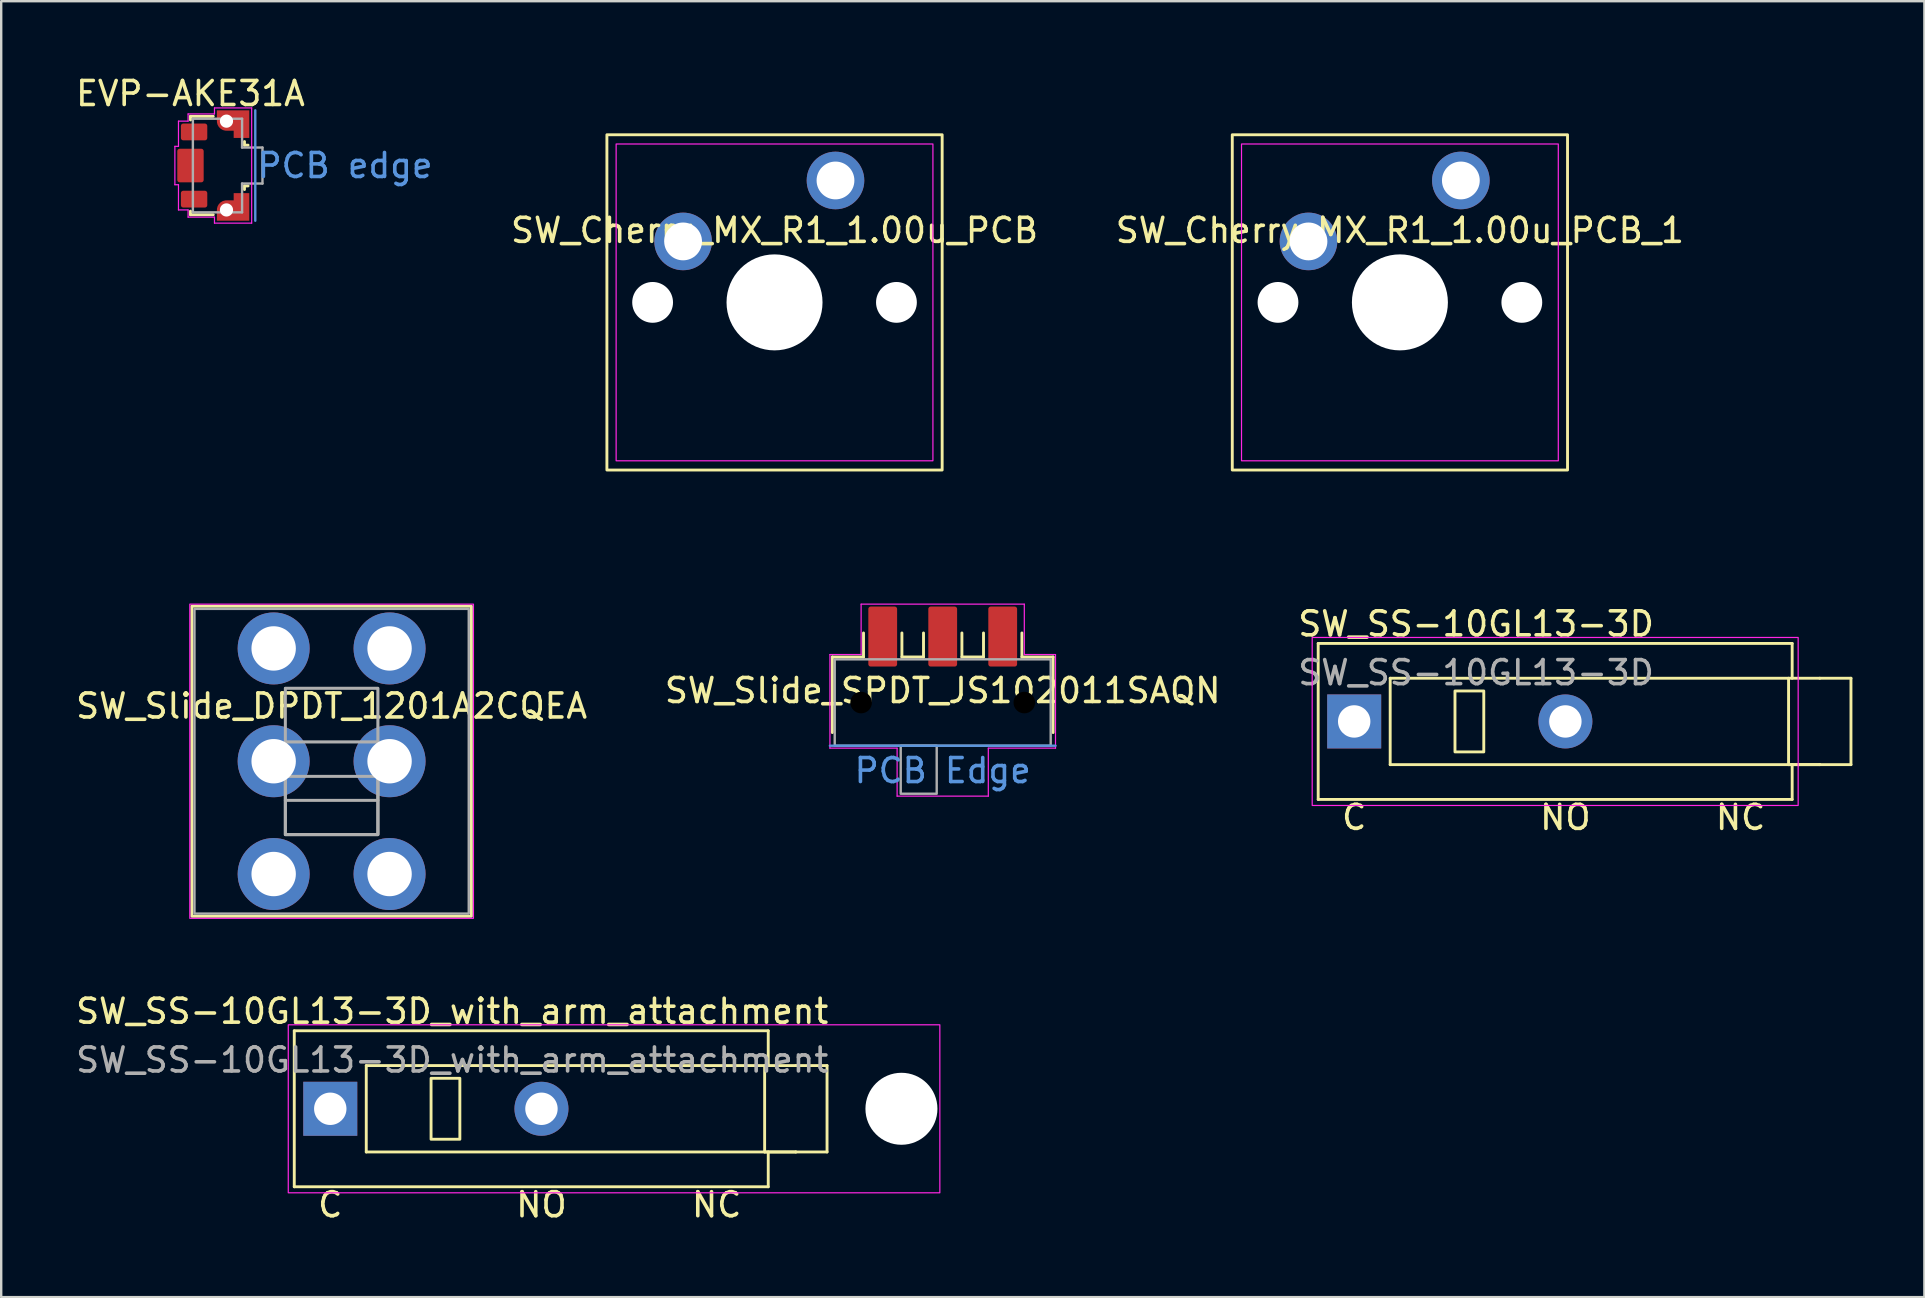
<source format=kicad_pcb>
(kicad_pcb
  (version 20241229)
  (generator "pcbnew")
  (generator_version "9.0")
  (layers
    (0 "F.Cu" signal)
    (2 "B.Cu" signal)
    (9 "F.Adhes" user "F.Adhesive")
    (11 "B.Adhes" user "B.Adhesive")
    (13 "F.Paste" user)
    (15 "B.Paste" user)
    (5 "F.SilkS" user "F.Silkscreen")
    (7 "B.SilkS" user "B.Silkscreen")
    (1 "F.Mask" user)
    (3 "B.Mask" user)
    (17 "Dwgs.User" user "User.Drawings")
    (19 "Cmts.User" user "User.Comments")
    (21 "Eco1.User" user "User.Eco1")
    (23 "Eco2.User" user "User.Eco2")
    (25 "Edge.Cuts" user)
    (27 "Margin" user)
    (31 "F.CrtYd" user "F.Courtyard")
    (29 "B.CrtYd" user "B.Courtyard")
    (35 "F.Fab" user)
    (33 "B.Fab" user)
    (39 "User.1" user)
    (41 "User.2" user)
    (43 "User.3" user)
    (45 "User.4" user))
  (footprint "SW_Cherry_MX_R1_1.00u_PCB"
    (layer "F.Cu")
    (at 29.224 9.55)
    (property "Reference" "SW_Cherry_MX_R1_1.00u_PCB" (at 0 -3 0) (layer "F.SilkS") (effects (font (size 1 1) (thickness 0.15))))
    (attr through_hole)
    (fp_rect (start -6.985 -6.985) (end 6.985 6.985) (stroke (width 0.12) (type default)) (fill no) (layer "F.SilkS"))
    (fp_rect (start -6.6 -6.6) (end 6.6 6.6) (stroke (width 0.05) (type default)) (fill no) (layer "F.CrtYd"))
    (fp_rect (start -9.5 -9.5) (end 9.5 9.5) (stroke (width 0.1) (type default)) (fill no) (layer "User.1"))
    (pad "" np_thru_hole circle (at -5.08 0) (size 1.7 1.7) (drill 1.7) (layers "*.Cu" "*.Mask"))
    (pad "" np_thru_hole circle (at 0 0) (size 4 4) (drill 4) (layers "*.Cu" "*.Mask"))
    (pad "" np_thru_hole circle (at 5.08 0) (size 1.7 1.7) (drill 1.7) (layers "*.Cu" "*.Mask"))
    (pad "1" thru_hole circle (at 2.54 -5.08) (size 2.4 2.4) (drill 1.575) (layers "*.Cu" "*.Mask"))
    (pad "2" thru_hole circle (at -3.81 -2.54) (size 2.4 2.4) (drill 1.575) (layers "*.Cu" "*.Mask")))
  (footprint "SW_SS-10GL13-3D"
    (layer "F.Cu")
    (at 53.378 27.012)
    (property "Reference" "SW_SS-10GL13-3D" (at 5.08 -4.064 0) (unlocked yes) (layer "F.SilkS") (effects (font (size 1 1) (thickness 0.15))))
    (attr through_hole)
    (fp_line (start -1.5 3.25) (end -1.5 -3.25) (stroke (width 0.12) (type default)) (layer "F.SilkS"))
    (fp_line (start 1.5 1.8) (end 1.5 -1.8) (stroke (width 0.12) (type default)) (layer "F.SilkS"))
    (fp_line (start 18.1 1.8) (end 18.1 -1.8) (stroke (width 0.12) (type default)) (layer "F.SilkS"))
    (fp_line (start 18.25 -3.25) (end -1.5 -3.25) (stroke (width 0.12) (type default)) (layer "F.SilkS"))
    (fp_line (start 18.25 -1.8) (end 18.25 -3.25) (stroke (width 0.12) (type default)) (layer "F.SilkS"))
    (fp_line (start 18.25 3.25) (end -1.5 3.25) (stroke (width 0.12) (type default)) (layer "F.SilkS"))
    (fp_line (start 18.25 3.25) (end 18.25 1.8) (stroke (width 0.12) (type default)) (layer "F.SilkS"))
    (fp_line (start 19.4 -1.8) (end 1.5 -1.8) (stroke (width 0.12) (type default)) (layer "F.SilkS"))
    (fp_line (start 19.4 -1.8) (end 20.7 -1.8) (stroke (width 0.12) (type default)) (layer "F.SilkS"))
    (fp_line (start 19.4 1.8) (end 1.5 1.8) (stroke (width 0.12) (type default)) (layer "F.SilkS"))
    (fp_line (start 19.4 1.8) (end 18.1 1.8) (stroke (width 0.12) (type default)) (layer "F.SilkS"))
    (fp_line (start 20.7 -1.8) (end 20.7 1.8) (stroke (width 0.12) (type default)) (layer "F.SilkS"))
    (fp_line (start 20.7 1.8) (end 19.4 1.8) (stroke (width 0.12) (type default)) (layer "F.SilkS"))
    (fp_rect (start 4.2 -1.27) (end 5.4 1.27) (stroke (width 0.12) (type solid)) (fill no) (layer "F.SilkS"))
    (fp_rect (start -1.75 -3.5) (end 18.5 3.5) (stroke (width 0.05) (type solid)) (fill no) (layer "F.CrtYd"))
    (fp_text user "NO" (at 8.8 4 0) (unlocked yes) (layer "F.SilkS") (effects (font (size 1 1) (thickness 0.15))))
    (fp_text user "NC" (at 16.1 4 0) (unlocked yes) (layer "F.SilkS") (effects (font (size 1 1) (thickness 0.15))))
    (fp_text user "C" (at 0 4 0) (unlocked yes) (layer "F.SilkS") (effects (font (size 1 1) (thickness 0.15))))
    (fp_text user "${REFERENCE}" (at 5.08 -2.032 0) (unlocked yes) (layer "F.Fab") (effects (font (size 1 1) (thickness 0.15))))
    (pad "1" thru_hole rect (at 0 0) (size 2.25 2.25) (drill 1.35) (layers "*.Cu" "*.Mask"))
    (pad "2" thru_hole circle (at 8.8 0) (size 2.25 2.25) (drill 1.35) (layers "*.Cu" "*.Mask")))
  (footprint "SW_Slide_SPDT_JS102011SAQN"
    (layer "F.Cu")
    (at 36.232 26.225)
    (property "Reference" "SW_Slide_SPDT_JS102011SAQN" (at 0 -0.5 0) (unlocked yes) (layer "F.SilkS") (effects (font (size 1 1) (thickness 0.15))))
    (attr smd)
    (fp_line (start -4.6 -1.9) (end -3.3 -1.9) (stroke (width 0.12) (type default)) (layer "F.SilkS"))
    (fp_line (start -4.6 1.25) (end -4.6 -1.9) (stroke (width 0.12) (type default)) (layer "F.SilkS"))
    (fp_line (start -3.3 -1.9) (end -3.3 -2.9) (stroke (width 0.12) (type default)) (layer "F.SilkS"))
    (fp_line (start -1.7 -1.9) (end -1.7 -2.9) (stroke (width 0.12) (type default)) (layer "F.SilkS"))
    (fp_line (start -0.8 -1.9) (end -1.7 -1.9) (stroke (width 0.12) (type default)) (layer "F.SilkS"))
    (fp_line (start -0.8 -1.9) (end -0.8 -2.9) (stroke (width 0.12) (type default)) (layer "F.SilkS"))
    (fp_line (start 0.8 -1.9) (end 0.8 -2.9) (stroke (width 0.12) (type default)) (layer "F.SilkS"))
    (fp_line (start 1.7 -1.9) (end 0.8 -1.9) (stroke (width 0.12) (type default)) (layer "F.SilkS"))
    (fp_line (start 1.7 -1.9) (end 1.7 -2.9) (stroke (width 0.12) (type default)) (layer "F.SilkS"))
    (fp_line (start 3.3 -1.9) (end 3.3 -2.9) (stroke (width 0.12) (type default)) (layer "F.SilkS"))
    (fp_line (start 4.6 -1.9) (end 3.3 -1.9) (stroke (width 0.12) (type default)) (layer "F.SilkS"))
    (fp_line (start 4.6 1.25) (end 4.6 -1.9) (stroke (width 0.12) (type default)) (layer "F.SilkS"))
    (fp_line (start -4.7 1.8) (end 4.7 1.8) (stroke (width 0.1) (type default)) (layer "Cmts.User"))
    (fp_line (start -4.7 -2) (end -3.4 -2) (stroke (width 0.05) (type default)) (layer "F.CrtYd"))
    (fp_line (start -4.7 1.9) (end -4.7 -2) (stroke (width 0.05) (type default)) (layer "F.CrtYd"))
    (fp_line (start -4.7 1.9) (end -1.9 1.9) (stroke (width 0.05) (type default)) (layer "F.CrtYd"))
    (fp_line (start -3.4 -4.1) (end 3.4 -4.1) (stroke (width 0.05) (type default)) (layer "F.CrtYd"))
    (fp_line (start -3.4 -2) (end -3.4 -4.1) (stroke (width 0.05) (type default)) (layer "F.CrtYd"))
    (fp_line (start -1.9 1.9) (end -1.9 3.9) (stroke (width 0.05) (type default)) (layer "F.CrtYd"))
    (fp_line (start -1.9 3.9) (end 1.9 3.9) (stroke (width 0.05) (type default)) (layer "F.CrtYd"))
    (fp_line (start 1.9 1.9) (end 4.7 1.9) (stroke (width 0.05) (type default)) (layer "F.CrtYd"))
    (fp_line (start 1.9 3.9) (end 1.9 1.9) (stroke (width 0.05) (type default)) (layer "F.CrtYd"))
    (fp_line (start 3.4 -4.1) (end 3.4 -2) (stroke (width 0.05) (type default)) (layer "F.CrtYd"))
    (fp_line (start 3.4 -2) (end 4.7 -2) (stroke (width 0.05) (type default)) (layer "F.CrtYd"))
    (fp_line (start 4.7 -2) (end 4.7 1.9) (stroke (width 0.05) (type default)) (layer "F.CrtYd"))
    (fp_rect (start -4.5 -1.8) (end 4.5 1.8) (stroke (width 0.1) (type solid)) (fill no) (layer "F.Fab"))
    (fp_rect (start -1.75 1.8) (end -0.25 3.8) (stroke (width 0.1) (type default)) (fill no) (layer "F.Fab"))
    (fp_text user "PCB Edge" (at 0 2.25 0) (unlocked yes) (layer "Cmts.User") (effects (font (size 1 1) (thickness 0.15)) (justify top)))
    (pad "" np_thru_hole circle (at -3.4 0 90) (size 0.9 0.9) (drill 0.9) (layers "*.Mask"))
    (pad "" np_thru_hole circle (at 3.4 0 90) (size 0.9 0.9) (drill 0.9) (layers "*.Mask"))
    (pad "1" smd roundrect (at -2.5 -2.75 180) (size 1.2 2.5) (layers "F.Cu" "F.Mask" "F.Paste") (roundrect_rratio 0.083))
    (pad "2" smd roundrect (at 0 -2.75 180) (size 1.2 2.5) (layers "F.Cu" "F.Mask" "F.Paste") (roundrect_rratio 0.083))
    (pad "3" smd roundrect (at 2.5 -2.75 180) (size 1.2 2.5) (layers "F.Cu" "F.Mask" "F.Paste") (roundrect_rratio 0.083)))
  (footprint "SW_SS-10GL13-3D_with_arm_attachment"
    (layer "F.Cu")
    (at 10.712 43.152)
    (property "Reference" "SW_SS-10GL13-3D_with_arm_attachment" (at 5.08 -4.064 0) (unlocked yes) (layer "F.SilkS") (effects (font (size 1 1) (thickness 0.15))))
    (attr through_hole)
    (fp_line (start -1.5 3.25) (end -1.5 -3.25) (stroke (width 0.12) (type default)) (layer "F.SilkS"))
    (fp_line (start 1.5 1.8) (end 1.5 -1.8) (stroke (width 0.12) (type default)) (layer "F.SilkS"))
    (fp_line (start 18.1 1.8) (end 18.1 -1.8) (stroke (width 0.12) (type default)) (layer "F.SilkS"))
    (fp_line (start 18.25 -3.25) (end -1.5 -3.25) (stroke (width 0.12) (type default)) (layer "F.SilkS"))
    (fp_line (start 18.25 -1.8) (end 18.25 -3.25) (stroke (width 0.12) (type default)) (layer "F.SilkS"))
    (fp_line (start 18.25 3.25) (end -1.5 3.25) (stroke (width 0.12) (type default)) (layer "F.SilkS"))
    (fp_line (start 18.25 3.25) (end 18.25 1.8) (stroke (width 0.12) (type default)) (layer "F.SilkS"))
    (fp_line (start 19.4 -1.8) (end 1.5 -1.8) (stroke (width 0.12) (type default)) (layer "F.SilkS"))
    (fp_line (start 19.4 -1.8) (end 20.7 -1.8) (stroke (width 0.12) (type default)) (layer "F.SilkS"))
    (fp_line (start 19.4 1.8) (end 1.5 1.8) (stroke (width 0.12) (type default)) (layer "F.SilkS"))
    (fp_line (start 19.4 1.8) (end 18.1 1.8) (stroke (width 0.12) (type default)) (layer "F.SilkS"))
    (fp_line (start 20.7 -1.8) (end 20.7 1.8) (stroke (width 0.12) (type default)) (layer "F.SilkS"))
    (fp_line (start 20.7 1.8) (end 19.4 1.8) (stroke (width 0.12) (type default)) (layer "F.SilkS"))
    (fp_rect (start 4.2 -1.27) (end 5.4 1.27) (stroke (width 0.12) (type solid)) (fill no) (layer "F.SilkS"))
    (fp_rect (start -1.75 -3.5) (end 25.4 3.5) (stroke (width 0.05) (type solid)) (fill no) (layer "F.CrtYd"))
    (fp_text user "NO" (at 8.8 4 0) (unlocked yes) (layer "F.SilkS") (effects (font (size 1 1) (thickness 0.15))))
    (fp_text user "C" (at 0 4 0) (unlocked yes) (layer "F.SilkS") (effects (font (size 1 1) (thickness 0.15))))
    (fp_text user "NC" (at 16.1 4 0) (unlocked yes) (layer "F.SilkS") (effects (font (size 1 1) (thickness 0.15))))
    (fp_text user "${REFERENCE}" (at 5.08 -2.032 0) (unlocked yes) (layer "F.Fab") (effects (font (size 1 1) (thickness 0.15))))
    (pad "" np_thru_hole circle (at 23.8 0) (size 3 3) (drill 3) (layers "*.Cu" "*.Mask"))
    (pad "1" thru_hole rect (at 0 0) (size 2.25 2.25) (drill 1.35) (layers "*.Cu" "*.Mask"))
    (pad "2" thru_hole circle (at 8.8 0) (size 2.25 2.25) (drill 1.35) (layers "*.Cu" "*.Mask")))
  (footprint "SW_Cherry_MX_R1_1.00u_PCB_1"
    (layer "F.Cu")
    (at 55.283 9.55)
    (property "Reference" "SW_Cherry_MX_R1_1.00u_PCB_1" (at 0 -3 0) (layer "F.SilkS") (effects (font (size 1 1) (thickness 0.15))))
    (attr through_hole)
    (fp_rect (start -6.985 -6.985) (end 6.985 6.985) (stroke (width 0.12) (type default)) (fill no) (layer "F.SilkS"))
    (fp_rect (start -6.6 -6.6) (end 6.6 6.6) (stroke (width 0.05) (type default)) (fill no) (layer "F.CrtYd"))
    (fp_rect (start -9.5 -9.5) (end 9.5 9.5) (stroke (width 0.1) (type default)) (fill no) (layer "User.1"))
    (pad "" np_thru_hole circle (at -5.08 0) (size 1.7 1.7) (drill 1.7) (layers "*.Cu" "*.Mask"))
    (pad "" np_thru_hole circle (at 0 0) (size 4 4) (drill 4) (layers "*.Cu" "*.Mask"))
    (pad "" np_thru_hole circle (at 5.08 0) (size 1.7 1.7) (drill 1.7) (layers "*.Cu" "*.Mask"))
    (pad "1" thru_hole circle (at 2.54 -5.08) (size 2.4 2.4) (drill 1.575) (layers "*.Cu" "*.Mask"))
    (pad "2" thru_hole circle (at -3.81 -2.54) (size 2.4 2.4) (drill 1.575) (layers "*.Cu" "*.Mask")))
  (footprint "SW_Slide_DPDT_1201A2CQEA"
    (layer "F.Cu")
    (at 10.768 28.67)
    (property "Reference" "SW_Slide_DPDT_1201A2CQEA" (at 0 -2.3 0) (layer "F.SilkS") (effects (font (size 1 1) (thickness 0.15))))
    (attr through_hole)
    (fp_rect (start -5.825 -6.46) (end 5.825 6.46) (stroke (width 0.12) (type solid)) (fill no) (layer "F.SilkS"))
    (fp_rect (start -5.91 -6.545) (end 5.91 6.545) (stroke (width 0.05) (type solid)) (fill no) (layer "F.CrtYd"))
    (fp_line (start -1.93 0.62) (end 1.93 0.62) (stroke (width 0.1) (type default)) (layer "F.Fab"))
    (fp_line (start -1.93 0.63) (end 1.93 0.63) (stroke (width 0.12) (type default)) (layer "F.Fab"))
    (fp_line (start -1.93 1.62) (end 1.93 1.62) (stroke (width 0.1) (type default)) (layer "F.Fab"))
    (fp_line (start -1.93 1.63) (end 1.93 1.63) (stroke (width 0.12) (type default)) (layer "F.Fab"))
    (fp_rect (start -5.715 -6.35) (end 5.715 6.35) (stroke (width 0.1) (type default)) (fill no) (layer "F.Fab"))
    (fp_rect (start -1.93 -3.05) (end 1.93 3.05) (stroke (width 0.1) (type solid)) (fill no) (layer "F.Fab"))
    (fp_rect (start -1.93 -3.04) (end 1.93 3.06) (stroke (width 0.12) (type solid)) (fill no) (layer "F.Fab"))
    (fp_rect (start -1.93 -0.81) (end 1.93 3.05) (stroke (width 0.1) (type default)) (fill no) (layer "F.Fab"))
    (fp_rect (start -1.93 -0.8) (end 1.93 3.06) (stroke (width 0.12) (type default)) (fill no) (layer "F.Fab"))
    (pad "1" thru_hole circle (at -2.415 4.7) (size 3 3) (drill 1.85) (layers "*.Cu" "*.Mask"))
    (pad "2" thru_hole circle (at -2.415 0) (size 3 3) (drill 1.85) (layers "*.Cu" "*.Mask"))
    (pad "3" thru_hole circle (at -2.415 -4.7) (size 3 3) (drill 1.85) (layers "*.Cu" "*.Mask"))
    (pad "4" thru_hole circle (at 2.415 4.7) (size 3 3) (drill 1.85) (layers "*.Cu" "*.Mask"))
    (pad "5" thru_hole circle (at 2.415 0) (size 3 3) (drill 1.85) (layers "*.Cu" "*.Mask"))
    (pad "6" thru_hole circle (at 2.415 -4.7) (size 3 3) (drill 1.85) (layers "*.Cu" "*.Mask")))
  (footprint "EVP-AKE31A"
    (layer "F.Cu")
    (at 7.587 3.848)
    (property "Reference" "EVP-AKE31A" (at -2.7 -3 0) (unlocked yes) (layer "F.SilkS") (effects (font (size 1 1) (thickness 0.15))))
    (attr smd)
    (fp_line (start -2.7 -2.05) (end -2.7 -1.9) (stroke (width 0.12) (type default)) (layer "F.SilkS"))
    (fp_line (start -2.7 2.05) (end -2.7 1.9) (stroke (width 0.12) (type default)) (layer "F.SilkS"))
    (fp_line (start -1.75 -2.05) (end -2.7 -2.05) (stroke (width 0.12) (type default)) (layer "F.SilkS"))
    (fp_line (start -1.75 2.05) (end -2.7 2.05) (stroke (width 0.12) (type default)) (layer "F.SilkS"))
    (fp_line (start -0.45 -1) (end -0.45 -0.85) (stroke (width 0.12) (type default)) (layer "F.SilkS"))
    (fp_line (start -0.45 -0.85) (end -0.3 -0.85) (stroke (width 0.12) (type default)) (layer "F.SilkS"))
    (fp_line (start -0.45 0.85) (end -0.3 0.85) (stroke (width 0.12) (type default)) (layer "F.SilkS"))
    (fp_line (start -0.45 1) (end -0.45 0.85) (stroke (width 0.12) (type default)) (layer "F.SilkS"))
    (fp_rect (start -3.25 -2.05) (end -1.75 -1.05) (stroke (width 0) (type solid)) (fill yes) (layer "F.Paste"))
    (fp_rect (start -3.25 -0.9) (end -1.9 0.9) (stroke (width 0) (type solid)) (fill yes) (layer "F.Paste"))
    (fp_rect (start -3.25 2.05) (end -1.75 1.05) (stroke (width 0) (type solid)) (fill yes) (layer "F.Paste"))
    (fp_rect (start -1.5 -2.72) (end -0.25 -1.15) (stroke (width 0) (type solid)) (fill yes) (layer "F.Paste"))
    (fp_rect (start -1.5 2.72) (end -0.25 1.15) (stroke (width 0) (type solid)) (fill yes) (layer "F.Paste"))
    (fp_line (start 0 -2.3) (end 0 2.3) (stroke (width 0.1) (type default)) (layer "Cmts.User"))
    (fp_line (start -3.35 -0.8) (end -3.35 0.8) (stroke (width 0.05) (type default)) (layer "F.CrtYd"))
    (fp_line (start -3.2 -1.85) (end -3.2 -0.8) (stroke (width 0.05) (type default)) (layer "F.CrtYd"))
    (fp_line (start -3.2 -0.8) (end -3.35 -0.8) (stroke (width 0.05) (type default)) (layer "F.CrtYd"))
    (fp_line (start -3.2 0.8) (end -3.35 0.8) (stroke (width 0.05) (type default)) (layer "F.CrtYd"))
    (fp_line (start -3.2 1.85) (end -3.2 0.8) (stroke (width 0.05) (type default)) (layer "F.CrtYd"))
    (fp_line (start -2.8 -2.15) (end -2.8 -1.85) (stroke (width 0.05) (type default)) (layer "F.CrtYd"))
    (fp_line (start -2.8 -1.85) (end -3.2 -1.85) (stroke (width 0.05) (type default)) (layer "F.CrtYd"))
    (fp_line (start -2.8 1.85) (end -3.2 1.85) (stroke (width 0.05) (type default)) (layer "F.CrtYd"))
    (fp_line (start -2.8 2.15) (end -2.8 1.85) (stroke (width 0.05) (type default)) (layer "F.CrtYd"))
    (fp_line (start -1.7 -2.4) (end -1.7 -2.15) (stroke (width 0.05) (type default)) (layer "F.CrtYd"))
    (fp_line (start -1.7 -2.4) (end -0.15 -2.4) (stroke (width 0.05) (type default)) (layer "F.CrtYd"))
    (fp_line (start -1.7 -2.15) (end -2.8 -2.15) (stroke (width 0.05) (type default)) (layer "F.CrtYd"))
    (fp_line (start -1.7 2.15) (end -2.8 2.15) (stroke (width 0.05) (type default)) (layer "F.CrtYd"))
    (fp_line (start -1.7 2.4) (end -1.7 2.15) (stroke (width 0.05) (type default)) (layer "F.CrtYd"))
    (fp_line (start -1.7 2.4) (end -0.15 2.4) (stroke (width 0.05) (type default)) (layer "F.CrtYd"))
    (fp_line (start -0.15 2.4) (end -0.15 -2.4) (stroke (width 0.05) (type default)) (layer "F.CrtYd"))
    (fp_line (start -2.6 -1.95) (end -2.6 1.95) (stroke (width 0.1) (type default)) (layer "F.Fab"))
    (fp_line (start -2.6 1.95) (end -0.55 1.95) (stroke (width 0.1) (type default)) (layer "F.Fab"))
    (fp_line (start -0.55 -1.95) (end -2.6 -1.95) (stroke (width 0.1) (type default)) (layer "F.Fab"))
    (fp_line (start -0.55 -0.75) (end -0.55 -1.95) (stroke (width 0.1) (type default)) (layer "F.Fab"))
    (fp_line (start -0.55 0.75) (end 0.3 0.75) (stroke (width 0.1) (type default)) (layer "F.Fab"))
    (fp_line (start -0.55 1.95) (end -0.55 0.75) (stroke (width 0.1) (type default)) (layer "F.Fab"))
    (fp_line (start 0.3 -0.75) (end -0.55 -0.75) (stroke (width 0.1) (type default)) (layer "F.Fab"))
    (fp_line (start 0.3 -0.75) (end 0.3 0.75) (stroke (width 0.1) (type default)) (layer "F.Fab"))
    (fp_text user "PCB edge" (at 0 0 0) (unlocked yes) (layer "Cmts.User") (effects (font (size 1 1) (thickness 0.15)) (justify left)))
    (pad "" np_thru_hole circle (at -1.2 -1.85) (size 0.55 0.55) (drill 0.55) (layers "*.Mask" "F.Cu"))
    (pad "" np_thru_hole circle (at -1.2 1.85) (size 0.55 0.55) (drill 0.55) (layers "*.Mask" "F.Cu"))
    (pad "1" smd roundrect (at -2.55 1.4 90) (size 0.7 1.1) (layers "F.Cu" "F.Mask") (roundrect_rratio 0.143))
    (pad "2" smd roundrect (at -2.55 -1.4 90) (size 0.7 1.1) (layers "F.Cu" "F.Mask") (roundrect_rratio 0.143))
    (pad "MP" smd roundrect (at -2.7 0 90) (size 1.4 1.1) (layers "F.Cu" "F.Mask") (roundrect_rratio 0.091))
    (pad "MP" smd custom (at -1.2 -1.85) (size 0.8 0.8) (layers "F.Cu" "F.Mask") (options (anchor circle)) (primitives (gr_poly (pts (xy -0.4 -0.45) (xy 0.3 -0.45) (xy 0.3 0.4) (xy 0 0.4) (xy -0.4 0)) (width 0) (fill yes)) (gr_circle (center 0 0) (end -0.4 0) (width 0) (fill yes)) (gr_rect (start 0.3 -0.45) (end 0.95 0.7) (width 0) (fill yes))))
    (pad "MP" smd custom (at -1.2 1.85) (size 0.8 0.8) (layers "F.Cu" "F.Mask") (options (anchor circle)) (primitives (gr_poly (pts (xy -0.4 0.45) (xy 0.3 0.45) (xy 0.3 -0.4) (xy 0 -0.4) (xy -0.4 0)) (width 0) (fill yes)) (gr_circle (center 0 0) (end -0.4 0) (width 0) (fill yes)) (gr_rect (start 0.3 -0.7) (end 0.95 0.45) (width 0) (fill yes)))))
  (gr_rect
    (start -3 -3)
    (end 77.138 51.001)
    (stroke (width 0.1) (type default))
    (fill no)
    (layer "Edge.Cuts")))
</source>
